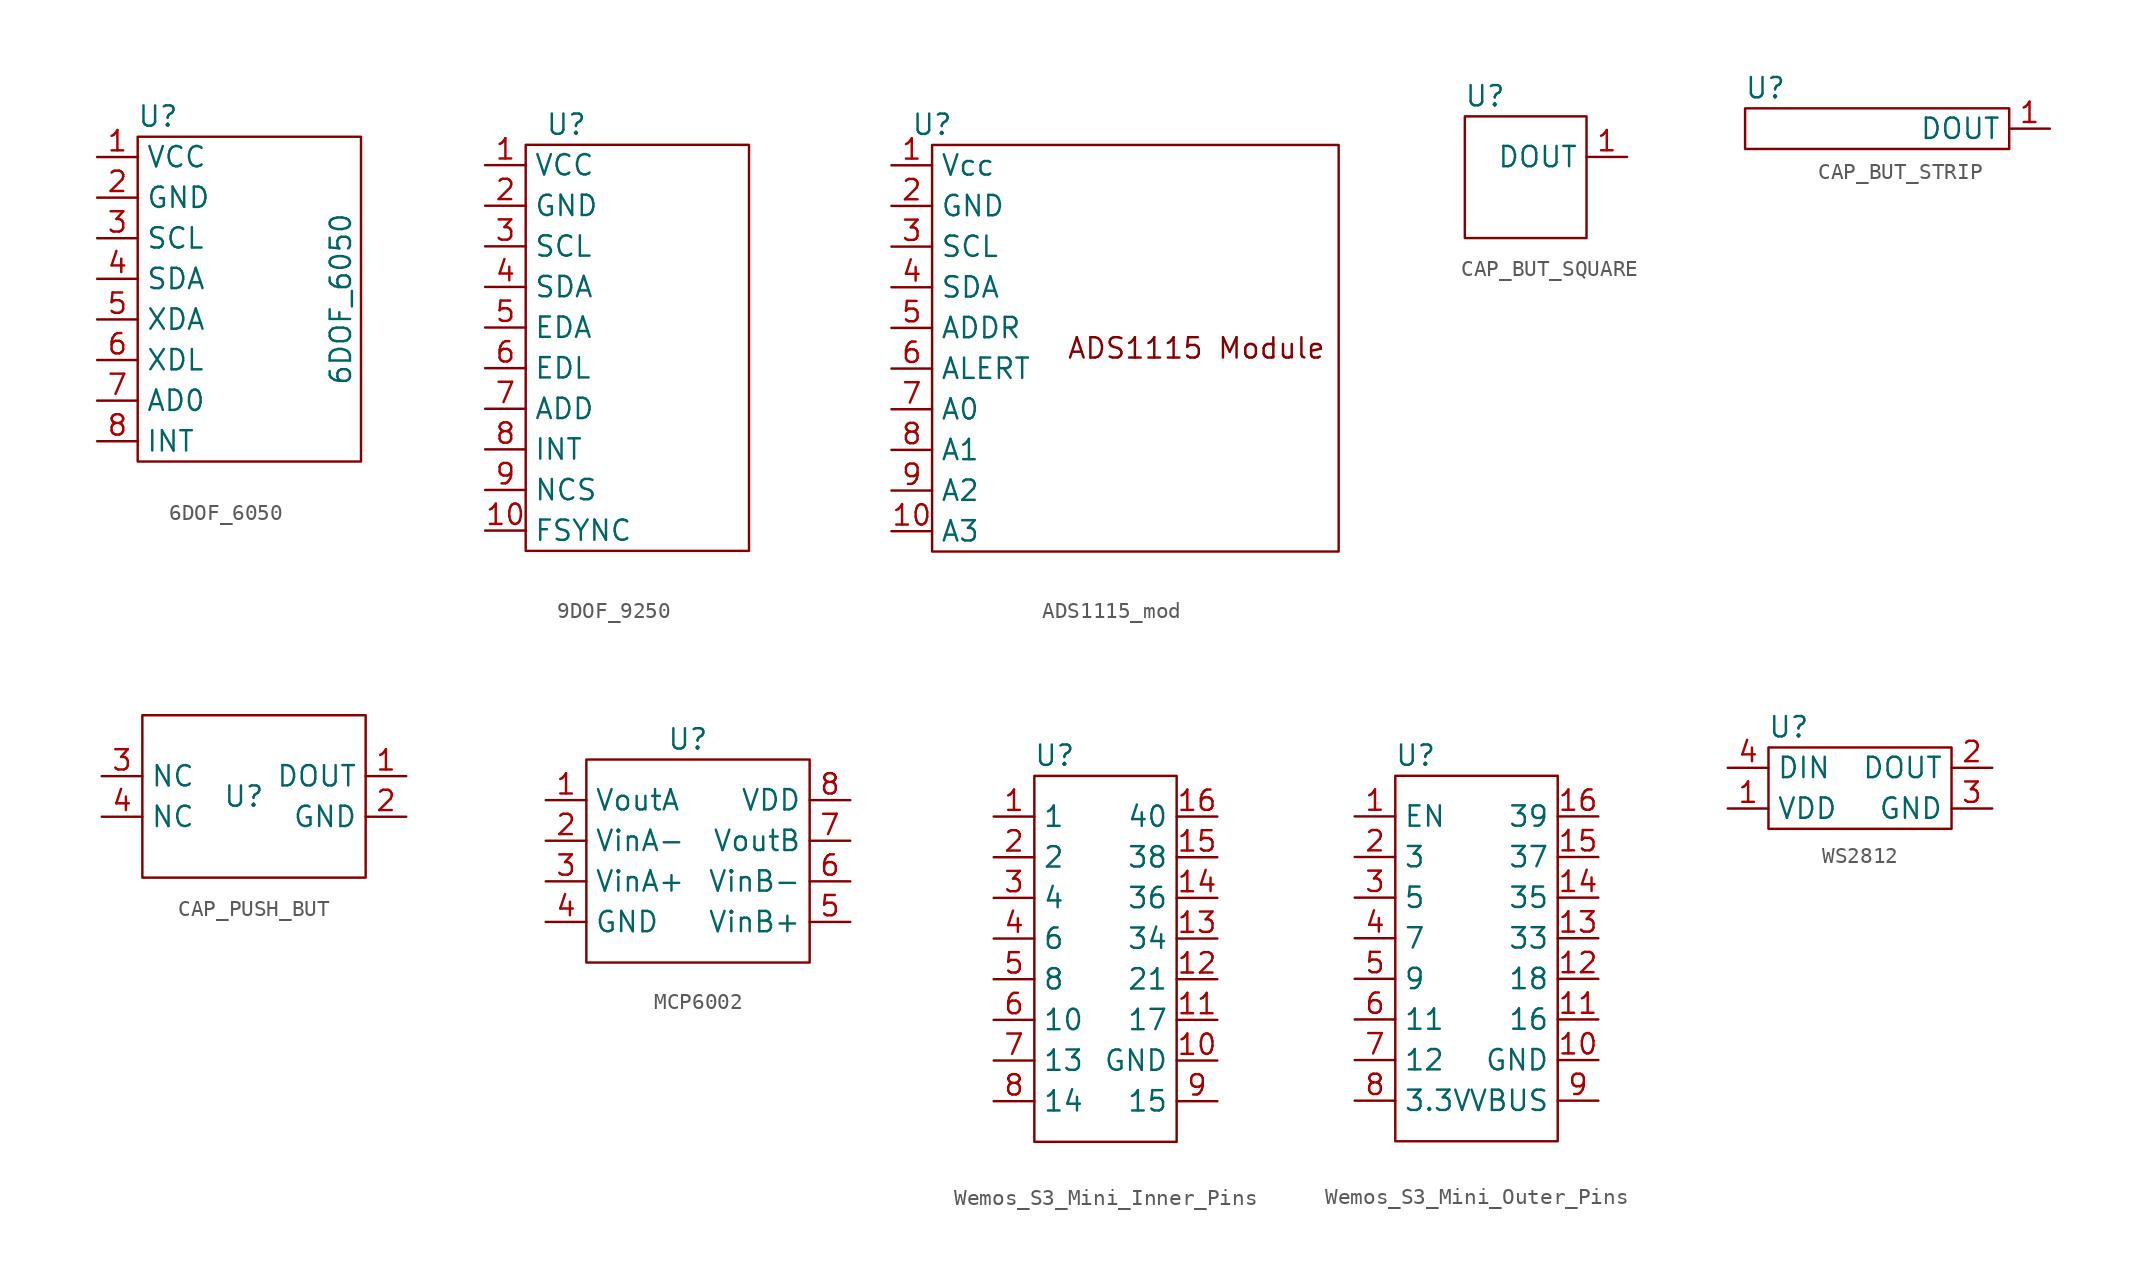
<source format=kicad_sym>
(kicad_symbol_lib
  (version 20231120)
  (generator "kicad_symbol_editor")
  (generator_version "8.0")
  (symbol "6DOF_6050"
    (property "Reference" "U"
      (at -1.27 0 0)
      (effects (font (size 1.27 1.27))))
    (property "Value" "6DOF_6050"
      (at 10.16 -11.43 90)
      (effects (font (size 1.27 1.27))))
    (symbol "6DOF_6050_0_1"
      (rectangle (start -2.54 -1.27) (end 11.43 -21.59) (stroke (width 0) (type default)) (fill (type none))))
    (symbol "6DOF_6050_1_1"
      (pin power_in line (at -5.08 -2.54 0) (length 2.54) (name "VCC" (effects (font (size 1.27 1.27)))) (number "1" (effects (font (size 1.27 1.27)))))
      (pin power_in line (at -5.08 -5.08 0) (length 2.54) (name "GND" (effects (font (size 1.27 1.27)))) (number "2" (effects (font (size 1.27 1.27)))))
      (pin input line (at -5.08 -7.62 0) (length 2.54) (name "SCL" (effects (font (size 1.27 1.27)))) (number "3" (effects (font (size 1.27 1.27)))))
      (pin bidirectional line (at -5.08 -10.16 0) (length 2.54) (name "SDA" (effects (font (size 1.27 1.27)))) (number "4" (effects (font (size 1.27 1.27)))))
      (pin bidirectional line (at -5.08 -12.7 0) (length 2.54) (name "XDA" (effects (font (size 1.27 1.27)))) (number "5" (effects (font (size 1.27 1.27)))))
      (pin output line (at -5.08 -15.24 0) (length 2.54) (name "XDL" (effects (font (size 1.27 1.27)))) (number "6" (effects (font (size 1.27 1.27)))))
      (pin input line (at -5.08 -17.78 0) (length 2.54) (name "AD0" (effects (font (size 1.27 1.27)))) (number "7" (effects (font (size 1.27 1.27)))))
      (pin output line (at -5.08 -20.32 0) (length 2.54) (name "INT" (effects (font (size 1.27 1.27)))) (number "8" (effects (font (size 1.27 1.27)))))))
  (symbol "9DOF_9250"
    (property "Reference" "U"
      (at 0 0 0)
      (effects (font (size 1.27 1.27))))
    (property "Value" ""
      (at 0 0 0)
      (effects (font (size 1.27 1.27))))
    (symbol "9DOF_9250_0_1"
      (rectangle (start -2.54 -1.27) (end 11.43 -26.67) (stroke (width 0) (type default)) (fill (type none))))
    (symbol "9DOF_9250_1_1"
      (pin power_in line (at -5.08 -2.54 0) (length 2.54) (name "VCC" (effects (font (size 1.27 1.27)))) (number "1" (effects (font (size 1.27 1.27)))))
      (pin bidirectional line (at -5.08 -25.4 0) (length 2.54) (name "FSYNC" (effects (font (size 1.27 1.27)))) (number "10" (effects (font (size 1.27 1.27)))))
      (pin power_in line (at -5.08 -5.08 0) (length 2.54) (name "GND" (effects (font (size 1.27 1.27)))) (number "2" (effects (font (size 1.27 1.27)))))
      (pin input line (at -5.08 -7.62 0) (length 2.54) (name "SCL" (effects (font (size 1.27 1.27)))) (number "3" (effects (font (size 1.27 1.27)))))
      (pin bidirectional line (at -5.08 -10.16 0) (length 2.54) (name "SDA" (effects (font (size 1.27 1.27)))) (number "4" (effects (font (size 1.27 1.27)))))
      (pin bidirectional line (at -5.08 -12.7 0) (length 2.54) (name "EDA" (effects (font (size 1.27 1.27)))) (number "5" (effects (font (size 1.27 1.27)))))
      (pin output line (at -5.08 -15.24 0) (length 2.54) (name "EDL" (effects (font (size 1.27 1.27)))) (number "6" (effects (font (size 1.27 1.27)))))
      (pin input line (at -5.08 -17.78 0) (length 2.54) (name "ADD" (effects (font (size 1.27 1.27)))) (number "7" (effects (font (size 1.27 1.27)))))
      (pin output line (at -5.08 -20.32 0) (length 2.54) (name "INT" (effects (font (size 1.27 1.27)))) (number "8" (effects (font (size 1.27 1.27)))))
      (pin bidirectional line (at -5.08 -22.86 0) (length 2.54) (name "NCS" (effects (font (size 1.27 1.27)))) (number "9" (effects (font (size 1.27 1.27)))))))
  (symbol "ADS1115_mod"
    (property "Reference" "U"
      (at 0 0 0)
      (effects (font (size 1.27 1.27))))
    (property "Value" ""
      (at 0 0 0)
      (effects (font (size 1.27 1.27))))
    (symbol "ADS1115_mod_0_1"
      (rectangle (start 0 -1.27) (end 25.4 -26.67) (stroke (width 0) (type default)) (fill (type none))))
    (symbol "ADS1115_mod_1_1"
      (text "ADS1115 Module" (at 16.51 -13.97 0) (effects (font (size 1.27 1.27))))
      (pin input line (at -2.54 -2.54 0) (length 2.54) (name "Vcc" (effects (font (size 1.27 1.27)))) (number "1" (effects (font (size 1.27 1.27)))))
      (pin input line (at -2.54 -25.4 0) (length 2.54) (name "A3" (effects (font (size 1.27 1.27)))) (number "10" (effects (font (size 1.27 1.27)))))
      (pin passive line (at -2.54 -5.08 0) (length 2.54) (name "GND" (effects (font (size 1.27 1.27)))) (number "2" (effects (font (size 1.27 1.27)))))
      (pin input line (at -2.54 -7.62 0) (length 2.54) (name "SCL" (effects (font (size 1.27 1.27)))) (number "3" (effects (font (size 1.27 1.27)))))
      (pin bidirectional line (at -2.54 -10.16 0) (length 2.54) (name "SDA" (effects (font (size 1.27 1.27)))) (number "4" (effects (font (size 1.27 1.27)))))
      (pin input line (at -2.54 -12.7 0) (length 2.54) (name "ADDR" (effects (font (size 1.27 1.27)))) (number "5" (effects (font (size 1.27 1.27)))))
      (pin output line (at -2.54 -15.24 0) (length 2.54) (name "ALERT" (effects (font (size 1.27 1.27)))) (number "6" (effects (font (size 1.27 1.27)))))
      (pin input line (at -2.54 -17.78 0) (length 2.54) (name "A0" (effects (font (size 1.27 1.27)))) (number "7" (effects (font (size 1.27 1.27)))))
      (pin input line (at -2.54 -20.32 0) (length 2.54) (name "A1" (effects (font (size 1.27 1.27)))) (number "8" (effects (font (size 1.27 1.27)))))
      (pin input line (at -2.54 -22.86 0) (length 2.54) (name "A2" (effects (font (size 1.27 1.27)))) (number "9" (effects (font (size 1.27 1.27)))))))
  (symbol "CAP_BUT_SQUARE"
    (property "Reference" "U"
      (at 0 0 0)
      (effects (font (size 1.27 1.27))))
    (property "Value" ""
      (at 0 0 0)
      (effects (font (size 1.27 1.27))))
    (symbol "CAP_BUT_SQUARE_0_1"
      (rectangle (start 6.35 -1.27) (end -1.27 -8.89) (stroke (width 0) (type default)) (fill (type none))))
    (symbol "CAP_BUT_SQUARE_1_1"
      (pin output line (at 8.89 -3.81 180) (length 2.54) (name "DOUT" (effects (font (size 1.27 1.27)))) (number "1" (effects (font (size 1.27 1.27)))))))
  (symbol "CAP_BUT_STRIP"
    (property "Reference" "U"
      (at -7.62 0 0)
      (effects (font (size 1.27 1.27))))
    (property "Value" ""
      (at 0 0 0)
      (effects (font (size 1.27 1.27))))
    (symbol "CAP_BUT_STRIP_0_1"
      (rectangle (start -8.89 -1.27) (end 7.62 -3.81) (stroke (width 0) (type default)) (fill (type none))))
    (symbol "CAP_BUT_STRIP_1_1"
      (pin output line (at 10.16 -2.54 180) (length 2.54) (name "DOUT" (effects (font (size 1.27 1.27)))) (number "1" (effects (font (size 1.27 1.27)))))))
  (symbol "CAP_PUSH_BUT"
    (property "Reference" "U"
      (at 0 0 0)
      (effects (font (size 1.27 1.27))))
    (property "Value" ""
      (at 0 0 0)
      (effects (font (size 1.27 1.27))))
    (symbol "CAP_PUSH_BUT_0_1"
      (rectangle (start -6.35 5.08) (end 7.62 -5.08) (stroke (width 0) (type default)) (fill (type none))))
    (symbol "CAP_PUSH_BUT_1_1"
      (pin output line (at 10.16 1.27 180) (length 2.54) (name "DOUT" (effects (font (size 1.27 1.27)))) (number "1" (effects (font (size 1.27 1.27)))))
      (pin power_in line (at 10.16 -1.27 180) (length 2.54) (name "GND" (effects (font (size 1.27 1.27)))) (number "2" (effects (font (size 1.27 1.27)))))
      (pin passive line (at -8.89 1.27 0) (length 2.54) (name "NC" (effects (font (size 1.27 1.27)))) (number "3" (effects (font (size 1.27 1.27)))))
      (pin passive line (at -8.89 -1.27 0) (length 2.54) (name "NC" (effects (font (size 1.27 1.27)))) (number "4" (effects (font (size 1.27 1.27)))))))
  (symbol "MCP6002"
    (property "Reference" "U"
      (at 0 0 0)
      (effects (font (size 1.27 1.27))))
    (property "Value" ""
      (at 0 0 0)
      (effects (font (size 1.27 1.27))))
    (symbol "MCP6002_0_1"
      (rectangle (start -6.35 -1.27) (end 7.62 -13.97) (stroke (width 0) (type default)) (fill (type none))))
    (symbol "MCP6002_1_1"
      (pin output line (at -8.89 -3.81 0) (length 2.54) (name "VoutA" (effects (font (size 1.27 1.27)))) (number "1" (effects (font (size 1.27 1.27)))))
      (pin input line (at -8.89 -6.35 0) (length 2.54) (name "VinA-" (effects (font (size 1.27 1.27)))) (number "2" (effects (font (size 1.27 1.27)))))
      (pin input line (at -8.89 -8.89 0) (length 2.54) (name "VinA+" (effects (font (size 1.27 1.27)))) (number "3" (effects (font (size 1.27 1.27)))))
      (pin passive line (at -8.89 -11.43 0) (length 2.54) (name "GND" (effects (font (size 1.27 1.27)))) (number "4" (effects (font (size 1.27 1.27)))))
      (pin input line (at 10.16 -11.43 180) (length 2.54) (name "VinB+" (effects (font (size 1.27 1.27)))) (number "5" (effects (font (size 1.27 1.27)))))
      (pin input line (at 10.16 -8.89 180) (length 2.54) (name "VinB-" (effects (font (size 1.27 1.27)))) (number "6" (effects (font (size 1.27 1.27)))))
      (pin output line (at 10.16 -6.35 180) (length 2.54) (name "VoutB" (effects (font (size 1.27 1.27)))) (number "7" (effects (font (size 1.27 1.27)))))
      (pin input line (at 10.16 -3.81 180) (length 2.54) (name "VDD" (effects (font (size 1.27 1.27)))) (number "8" (effects (font (size 1.27 1.27)))))))
  (symbol "Wemos_S3_Mini_Inner_Pins"
    (property "Reference" "U"
      (at -2.54 6.35 0)
      (effects (font (size 1.27 1.27))))
    (property "Value" ""
      (at 0 0 0)
      (effects (font (size 1.27 1.27))))
    (symbol "Wemos_S3_Mini_Inner_Pins_0_1"
      (rectangle (start -3.81 5.08) (end 5.08 -17.78) (stroke (width 0) (type default)) (fill (type none))))
    (symbol "Wemos_S3_Mini_Inner_Pins_1_1"
      (pin bidirectional line (at -6.35 2.54 0) (length 2.54) (name "1" (effects (font (size 1.27 1.27)))) (number "1" (effects (font (size 1.27 1.27)))))
      (pin power_in line (at 7.62 -12.7 180) (length 2.54) (name "GND" (effects (font (size 1.27 1.27)))) (number "10" (effects (font (size 1.27 1.27)))))
      (pin bidirectional line (at 7.62 -10.16 180) (length 2.54) (name "17" (effects (font (size 1.27 1.27)))) (number "11" (effects (font (size 1.27 1.27)))))
      (pin bidirectional line (at 7.62 -7.62 180) (length 2.54) (name "21" (effects (font (size 1.27 1.27)))) (number "12" (effects (font (size 1.27 1.27)))))
      (pin bidirectional line (at 7.62 -5.08 180) (length 2.54) (name "34" (effects (font (size 1.27 1.27)))) (number "13" (effects (font (size 1.27 1.27)))))
      (pin bidirectional line (at 7.62 -2.54 180) (length 2.54) (name "36" (effects (font (size 1.27 1.27)))) (number "14" (effects (font (size 1.27 1.27)))))
      (pin bidirectional line (at 7.62 0 180) (length 2.54) (name "38" (effects (font (size 1.27 1.27)))) (number "15" (effects (font (size 1.27 1.27)))))
      (pin bidirectional line (at 7.62 2.54 180) (length 2.54) (name "40" (effects (font (size 1.27 1.27)))) (number "16" (effects (font (size 1.27 1.27)))))
      (pin bidirectional line (at -6.35 0 0) (length 2.54) (name "2" (effects (font (size 1.27 1.27)))) (number "2" (effects (font (size 1.27 1.27)))))
      (pin bidirectional line (at -6.35 -2.54 0) (length 2.54) (name "4" (effects (font (size 1.27 1.27)))) (number "3" (effects (font (size 1.27 1.27)))))
      (pin bidirectional line (at -6.35 -5.08 0) (length 2.54) (name "6" (effects (font (size 1.27 1.27)))) (number "4" (effects (font (size 1.27 1.27)))))
      (pin bidirectional line (at -6.35 -7.62 0) (length 2.54) (name "8" (effects (font (size 1.27 1.27)))) (number "5" (effects (font (size 1.27 1.27)))))
      (pin bidirectional line (at -6.35 -10.16 0) (length 2.54) (name "10" (effects (font (size 1.27 1.27)))) (number "6" (effects (font (size 1.27 1.27)))))
      (pin bidirectional line (at -6.35 -12.7 0) (length 2.54) (name "13" (effects (font (size 1.27 1.27)))) (number "7" (effects (font (size 1.27 1.27)))))
      (pin bidirectional line (at -6.35 -15.24 0) (length 2.54) (name "14" (effects (font (size 1.27 1.27)))) (number "8" (effects (font (size 1.27 1.27)))))
      (pin bidirectional line (at 7.62 -15.24 180) (length 2.54) (name "15" (effects (font (size 1.27 1.27)))) (number "9" (effects (font (size 1.27 1.27)))))))
  (symbol "Wemos_S3_Mini_Outer_Pins"
    (property "Reference" "U"
      (at -3.81 6.35 0)
      (effects (font (size 1.27 1.27))))
    (property "Value" ""
      (at 0 0 0)
      (effects (font (size 1.27 1.27))))
    (symbol "Wemos_S3_Mini_Outer_Pins_0_1"
      (rectangle (start 5.08 -17.78) (end -5.08 5.08) (stroke (width 0) (type default)) (fill (type none))))
    (symbol "Wemos_S3_Mini_Outer_Pins_1_1"
      (pin input line (at -7.62 2.54 0) (length 2.54) (name "EN" (effects (font (size 1.27 1.27)))) (number "1" (effects (font (size 1.27 1.27)))))
      (pin power_in line (at 7.62 -12.7 180) (length 2.54) (name "GND" (effects (font (size 1.27 1.27)))) (number "10" (effects (font (size 1.27 1.27)))))
      (pin bidirectional line (at 7.62 -10.16 180) (length 2.54) (name "16" (effects (font (size 1.27 1.27)))) (number "11" (effects (font (size 1.27 1.27)))))
      (pin bidirectional line (at 7.62 -7.62 180) (length 2.54) (name "18" (effects (font (size 1.27 1.27)))) (number "12" (effects (font (size 1.27 1.27)))))
      (pin bidirectional line (at 7.62 -5.08 180) (length 2.54) (name "33" (effects (font (size 1.27 1.27)))) (number "13" (effects (font (size 1.27 1.27)))))
      (pin bidirectional line (at 7.62 -2.54 180) (length 2.54) (name "35" (effects (font (size 1.27 1.27)))) (number "14" (effects (font (size 1.27 1.27)))))
      (pin bidirectional line (at 7.62 0 180) (length 2.54) (name "37" (effects (font (size 1.27 1.27)))) (number "15" (effects (font (size 1.27 1.27)))))
      (pin bidirectional line (at 7.62 2.54 180) (length 2.54) (name "39" (effects (font (size 1.27 1.27)))) (number "16" (effects (font (size 1.27 1.27)))))
      (pin bidirectional line (at -7.62 0 0) (length 2.54) (name "3" (effects (font (size 1.27 1.27)))) (number "2" (effects (font (size 1.27 1.27)))))
      (pin bidirectional line (at -7.62 -2.54 0) (length 2.54) (name "5" (effects (font (size 1.27 1.27)))) (number "3" (effects (font (size 1.27 1.27)))))
      (pin bidirectional line (at -7.62 -5.08 0) (length 2.54) (name "7" (effects (font (size 1.27 1.27)))) (number "4" (effects (font (size 1.27 1.27)))))
      (pin bidirectional line (at -7.62 -7.62 0) (length 2.54) (name "9" (effects (font (size 1.27 1.27)))) (number "5" (effects (font (size 1.27 1.27)))))
      (pin bidirectional line (at -7.62 -10.16 0) (length 2.54) (name "11" (effects (font (size 1.27 1.27)))) (number "6" (effects (font (size 1.27 1.27)))))
      (pin bidirectional line (at -7.62 -12.7 0) (length 2.54) (name "12" (effects (font (size 1.27 1.27)))) (number "7" (effects (font (size 1.27 1.27)))))
      (pin power_in line (at -7.62 -15.24 0) (length 2.54) (name "3.3V" (effects (font (size 1.27 1.27)))) (number "8" (effects (font (size 1.27 1.27)))))
      (pin power_in line (at 7.62 -15.24 180) (length 2.54) (name "VBUS" (effects (font (size 1.27 1.27)))) (number "9" (effects (font (size 1.27 1.27)))))))
  (symbol "WS2812"
    (property "Reference" "U"
      (at -3.81 3.81 0)
      (effects (font (size 1.27 1.27))))
    (property "Value" ""
      (at 0 0 0)
      (effects (font (size 1.27 1.27))))
    (symbol "WS2812_0_1"
      (rectangle (start -5.08 2.54) (end 6.35 -2.54) (stroke (width 0) (type default)) (fill (type none))))
    (symbol "WS2812_1_1"
      (pin power_in line (at -7.62 -1.27 0) (length 2.54) (name "VDD" (effects (font (size 1.27 1.27)))) (number "1" (effects (font (size 1.27 1.27)))))
      (pin output line (at 8.89 1.27 180) (length 2.54) (name "DOUT" (effects (font (size 1.27 1.27)))) (number "2" (effects (font (size 1.27 1.27)))))
      (pin power_in line (at 8.89 -1.27 180) (length 2.54) (name "GND" (effects (font (size 1.27 1.27)))) (number "3" (effects (font (size 1.27 1.27)))))
      (pin input line (at -7.62 1.27 0) (length 2.54) (name "DIN" (effects (font (size 1.27 1.27)))) (number "4" (effects (font (size 1.27 1.27))))))))
</source>
